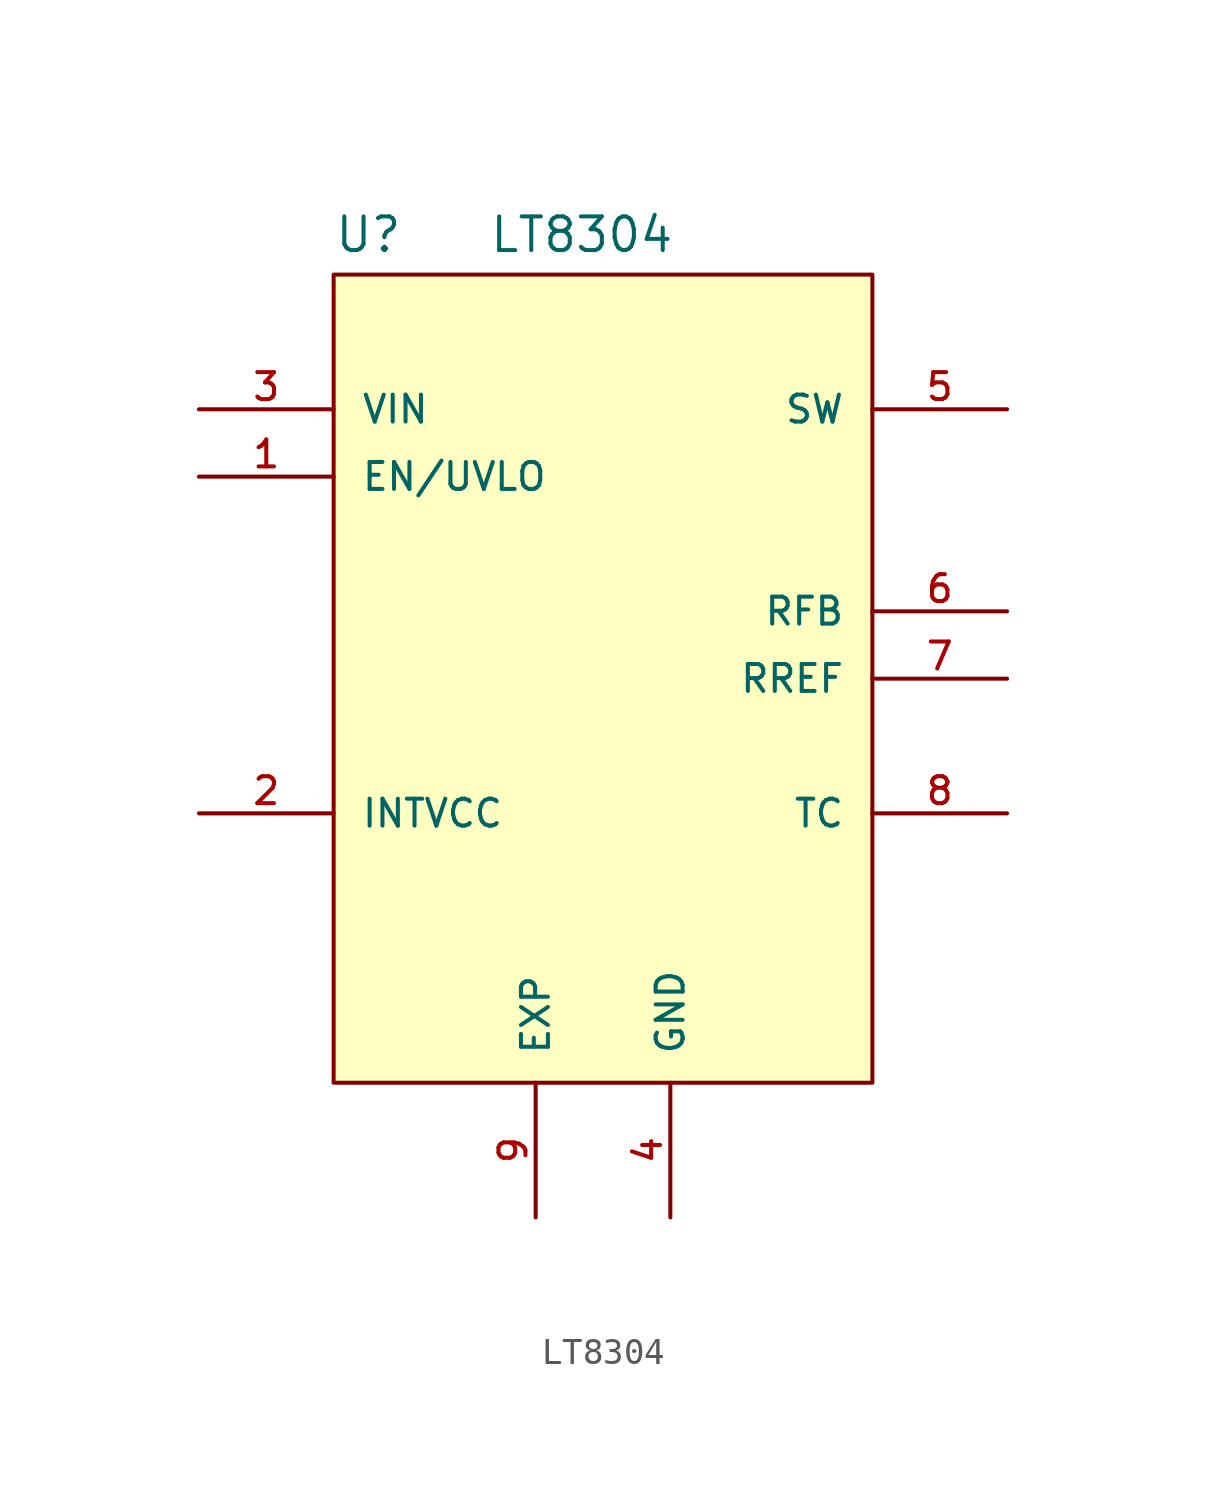
<source format=kicad_sym>
(kicad_symbol_lib
  (version 20231120)
  (generator "kicad_symbol_editor")
  (generator_version "8.0")
  (symbol "LT8304"
    (pin_names
      (offset 1.016))
    (property "Reference" "U"
      (at -10.16 16.002 0)
      (effects (font (size 1.27 1.27)) (justify left bottom)))
    (property "Value" "LT8304"
      (at -4.318 16.002 0)
      (effects (font (size 1.27 1.27)) (justify left bottom)))
    (symbol "LT8304_0_0"
      (rectangle (start -10.16 15.24) (end 10.16 -15.24) (stroke (width 0.152) (type default)) (fill (type background)))
      (pin input line (at -15.24 7.62 0) (length 5.08) (name "EN/UVLO" (effects (font (size 1.016 1.016)))) (number "1" (effects (font (size 1.016 1.016)))))
      (pin output line (at -15.24 -5.08 0) (length 5.08) (name "INTVCC" (effects (font (size 1.016 1.016)))) (number "2" (effects (font (size 1.016 1.016)))))
      (pin input line (at -15.24 10.16 0) (length 5.08) (name "VIN" (effects (font (size 1.016 1.016)))) (number "3" (effects (font (size 1.016 1.016)))))
      (pin power_in line (at 2.54 -20.32 90) (length 5.08) (name "GND" (effects (font (size 1.016 1.016)))) (number "4" (effects (font (size 1.016 1.016)))))
      (pin input line (at 15.24 10.16 180) (length 5.08) (name "SW" (effects (font (size 1.016 1.016)))) (number "5" (effects (font (size 1.016 1.016)))))
      (pin input line (at 15.24 2.54 180) (length 5.08) (name "RFB" (effects (font (size 1.016 1.016)))) (number "6" (effects (font (size 1.016 1.016)))))
      (pin input line (at 15.24 0 180) (length 5.08) (name "RREF" (effects (font (size 1.016 1.016)))) (number "7" (effects (font (size 1.016 1.016)))))
      (pin passive line (at 15.24 -5.08 180) (length 5.08) (name "TC" (effects (font (size 1.016 1.016)))) (number "8" (effects (font (size 1.016 1.016)))))
      (pin power_in line (at -2.54 -20.32 90) (length 5.08) (name "EXP" (effects (font (size 1.016 1.016)))) (number "9" (effects (font (size 1.016 1.016))))))))
</source>
